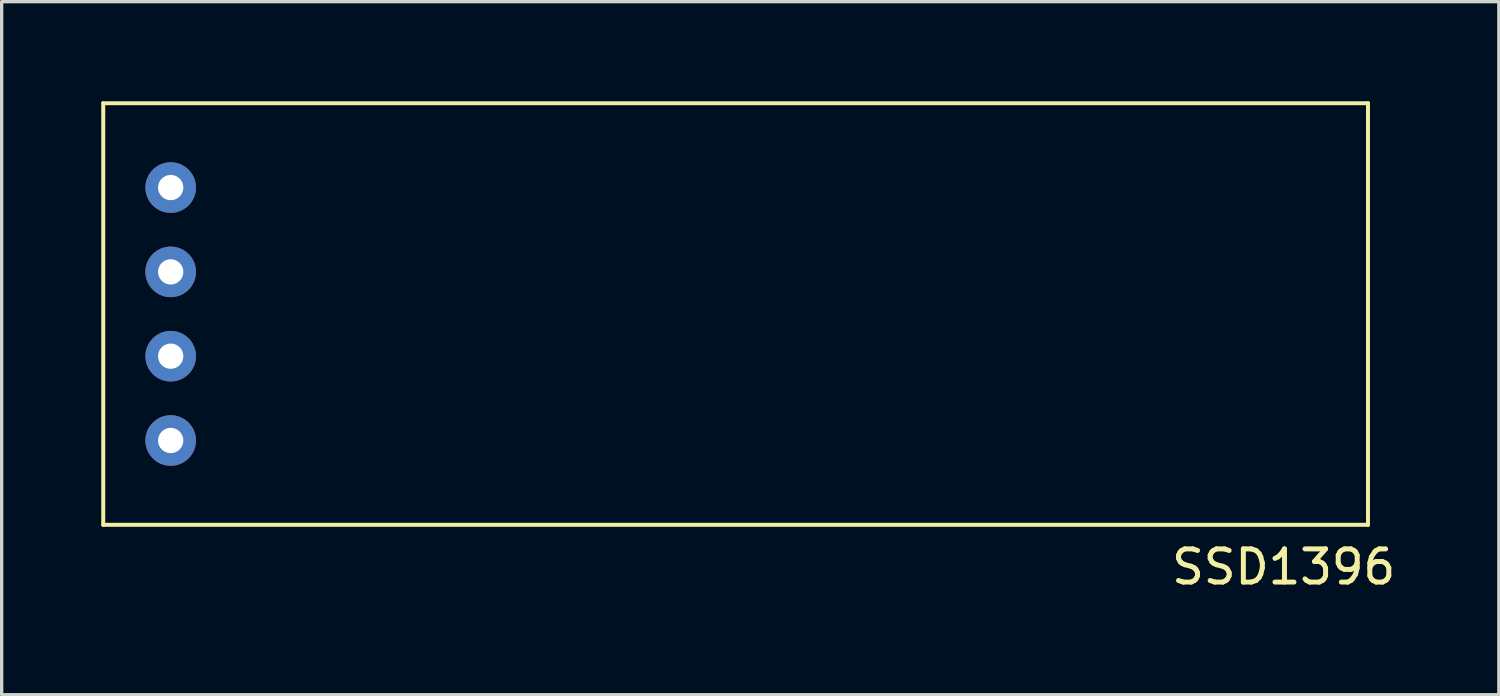
<source format=kicad_pcb>
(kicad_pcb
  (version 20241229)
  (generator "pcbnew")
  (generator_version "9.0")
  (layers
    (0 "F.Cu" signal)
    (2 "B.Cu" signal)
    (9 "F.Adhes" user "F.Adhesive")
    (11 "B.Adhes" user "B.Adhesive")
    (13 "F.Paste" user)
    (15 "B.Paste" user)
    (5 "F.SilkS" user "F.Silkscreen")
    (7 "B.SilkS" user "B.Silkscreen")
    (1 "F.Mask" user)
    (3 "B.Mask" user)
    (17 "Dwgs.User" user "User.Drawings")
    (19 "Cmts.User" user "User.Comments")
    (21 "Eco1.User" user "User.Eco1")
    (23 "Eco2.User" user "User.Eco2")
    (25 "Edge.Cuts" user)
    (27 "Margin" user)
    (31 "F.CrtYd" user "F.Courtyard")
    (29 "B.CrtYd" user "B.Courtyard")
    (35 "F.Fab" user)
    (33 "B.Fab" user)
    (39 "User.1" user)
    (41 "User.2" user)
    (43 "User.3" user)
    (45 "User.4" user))
  (footprint "SSD1396"
    (layer "F.Cu")
    (at 19.11 6.41)
    (property "Reference" "SSD1396" (at 16.51 7.62 0) (layer "F.SilkS") (effects (font (size 1 1) (thickness 0.15))))
    (attr through_hole)
    (fp_line (start -19.05 -6.35) (end 19.05 -6.35) (stroke (width 0.12) (type solid)) (layer "F.SilkS"))
    (fp_line (start -19.05 6.35) (end -19.05 -6.35) (stroke (width 0.12) (type solid)) (layer "F.SilkS"))
    (fp_line (start 19.05 -6.35) (end 19.05 6.35) (stroke (width 0.12) (type solid)) (layer "F.SilkS"))
    (fp_line (start 19.05 6.35) (end -19.05 6.35) (stroke (width 0.12) (type solid)) (layer "F.SilkS"))
    (pad "1" thru_hole circle (at -17.018 -3.81) (size 1.524 1.524) (drill 0.762) (layers "*.Cu" "*.Mask"))
    (pad "2" thru_hole circle (at -17.018 -1.27) (size 1.524 1.524) (drill 0.762) (layers "*.Cu" "*.Mask"))
    (pad "3" thru_hole circle (at -17.018 1.27) (size 1.524 1.524) (drill 0.762) (layers "*.Cu" "*.Mask"))
    (pad "4" thru_hole circle (at -17.018 3.81) (size 1.524 1.524) (drill 0.762) (layers "*.Cu" "*.Mask")))
  (gr_rect
    (start -3 -3)
    (end 42.102 17.878)
    (stroke (width 0.1) (type default))
    (fill no)
    (layer "Edge.Cuts")))
</source>
